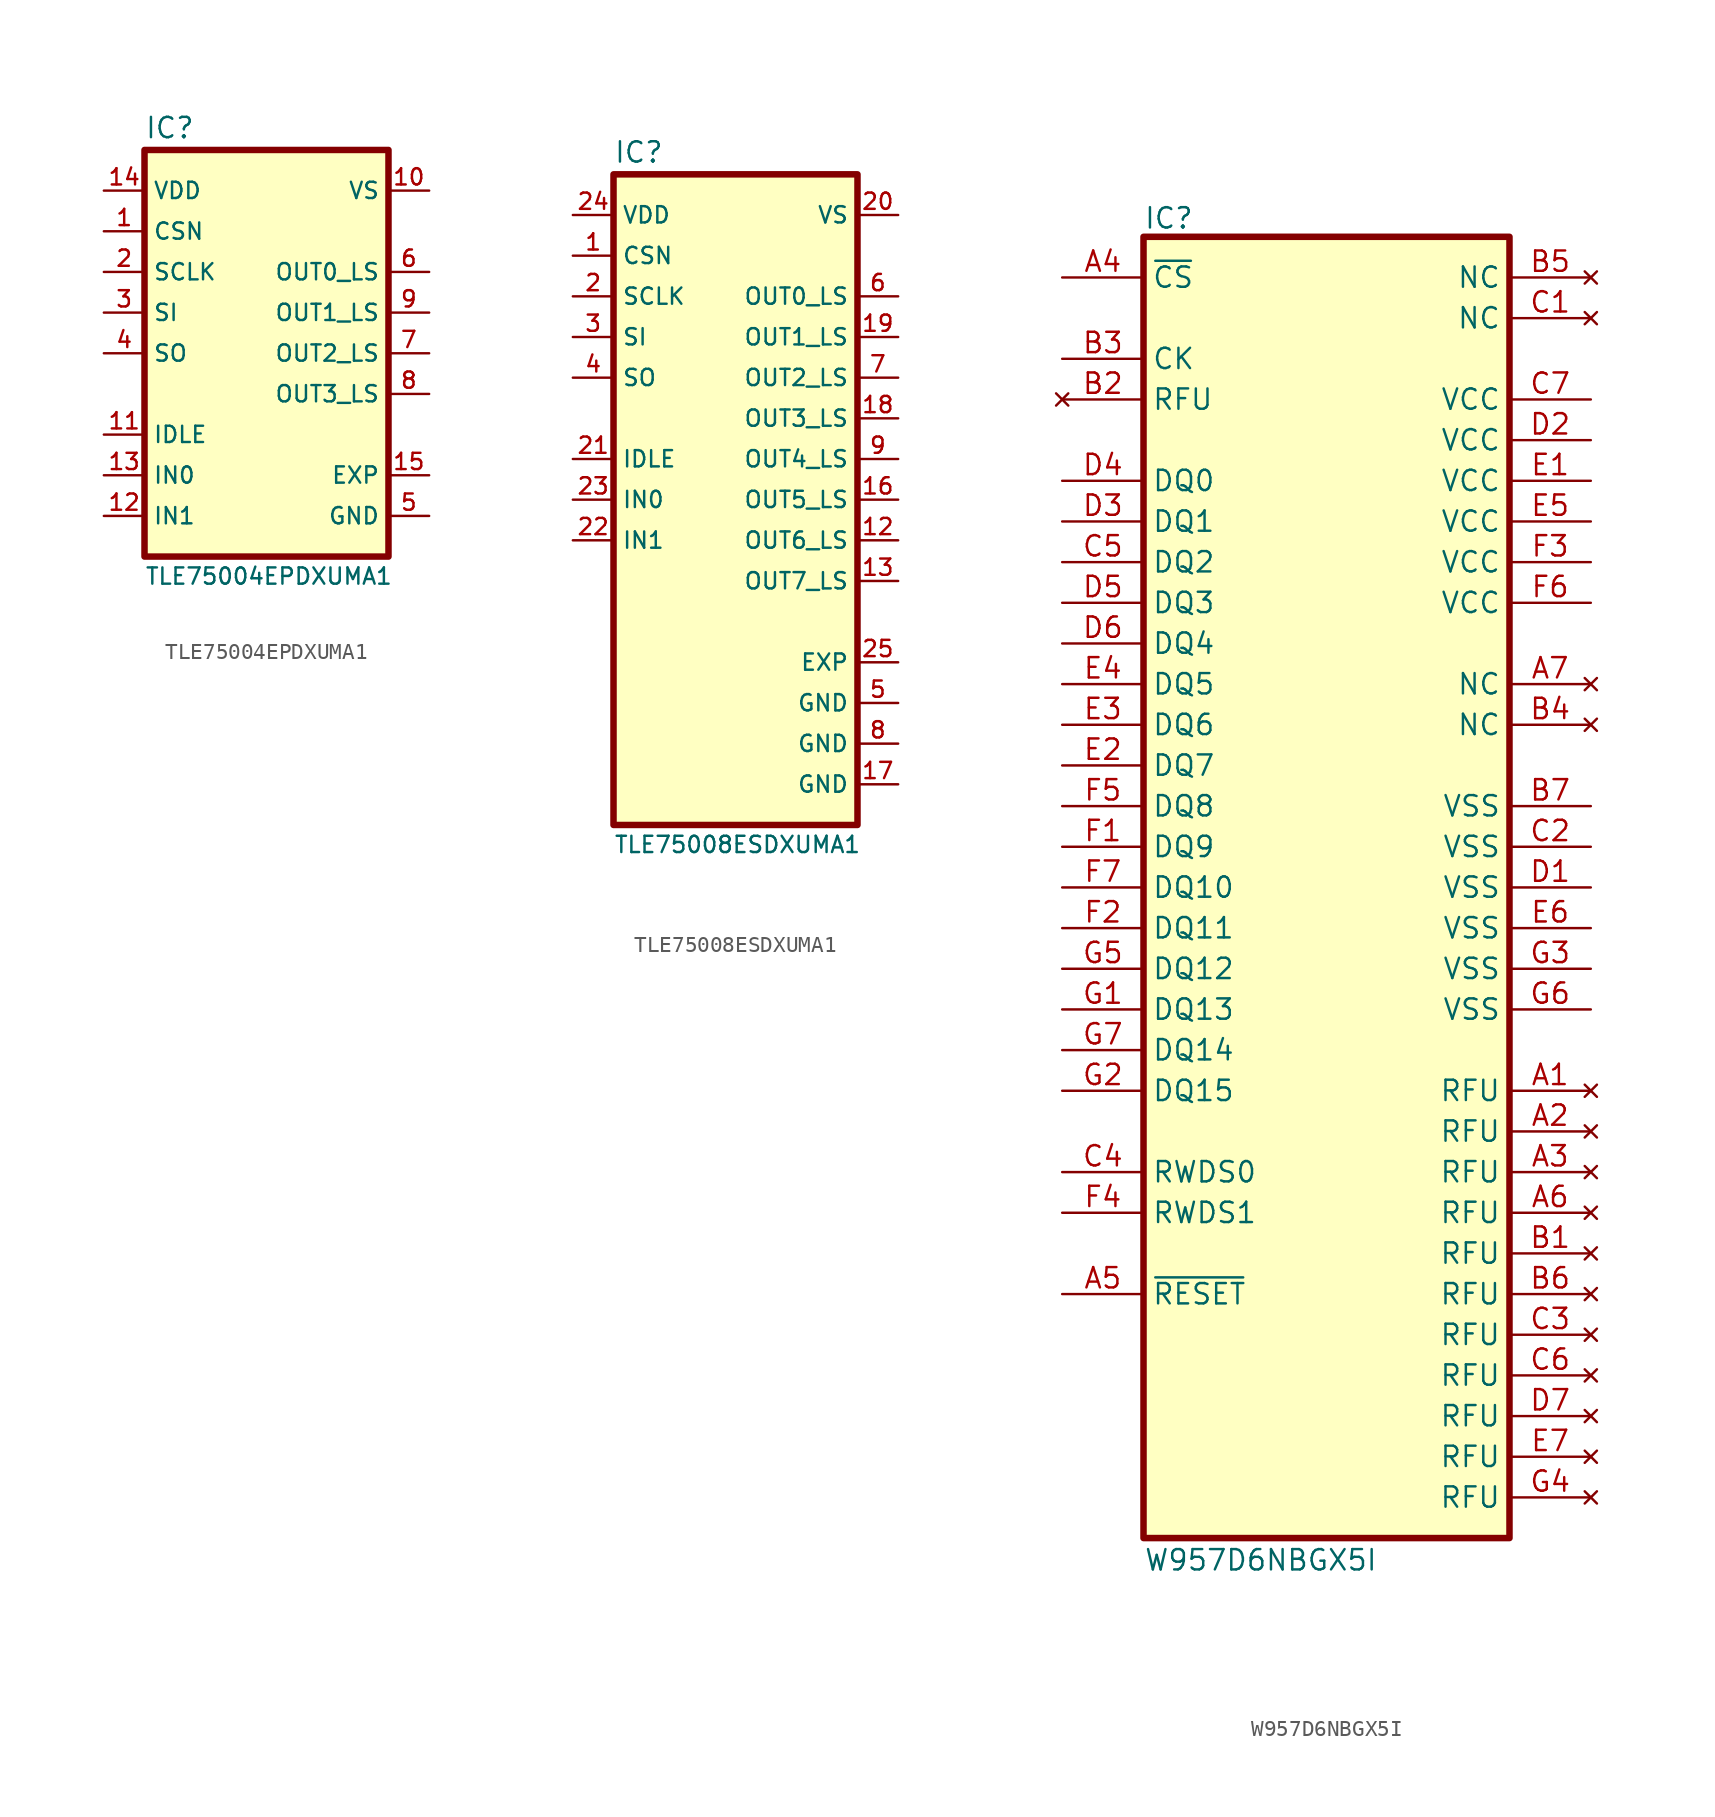
<source format=kicad_sym>
(kicad_symbol_lib
  (version 20241209)
  (generator "kicad_symbol_editor")
  (generator_version "9.0")
  (symbol "TLE75004EPDXUMA1"
    (property "Reference" "IC"
      (at 2.54 3.175 0)
      (do_not_autoplace)
      (effects (font (size 1.27 1.27)) (justify left bottom)))
    (property "Value" "TLE75004EPDXUMA1"
      (at 2.54 -23.495 0)
      (do_not_autoplace)
      (effects (font (size 1.016 1.016)) (justify left top)))
    (symbol "TLE75004EPDXUMA1_1_0"
      (rectangle (start 2.54 2.54) (end 17.78 -22.86) (stroke (width 0.406) (type solid)) (fill (type color) (color 255 255 194 1)))
      (pin power_in line (at 0 0 0) (length 2.54) (name "VDD" (effects (font (size 1.016 1.016)))) (number "14" (effects (font (size 1.016 1.016)))))
      (pin input line (at 0 -2.54 0) (length 2.54) (name "CSN" (effects (font (size 1.016 1.016)))) (number "1" (effects (font (size 1.016 1.016)))))
      (pin input line (at 0 -5.08 0) (length 2.54) (name "SCLK" (effects (font (size 1.016 1.016)))) (number "2" (effects (font (size 1.016 1.016)))))
      (pin input line (at 0 -7.62 0) (length 2.54) (name "SI" (effects (font (size 1.016 1.016)))) (number "3" (effects (font (size 1.016 1.016)))))
      (pin output line (at 0 -10.16 0) (length 2.54) (name "SO" (effects (font (size 1.016 1.016)))) (number "4" (effects (font (size 1.016 1.016)))))
      (pin input line (at 0 -15.24 0) (length 2.54) (name "IDLE" (effects (font (size 1.016 1.016)))) (number "11" (effects (font (size 1.016 1.016)))))
      (pin input line (at 0 -17.78 0) (length 2.54) (name "IN0" (effects (font (size 1.016 1.016)))) (number "13" (effects (font (size 1.016 1.016)))))
      (pin input line (at 0 -20.32 0) (length 2.54) (name "IN1" (effects (font (size 1.016 1.016)))) (number "12" (effects (font (size 1.016 1.016)))))
      (pin power_in line (at 20.32 0 180) (length 2.54) (name "VS" (effects (font (size 1.016 1.016)))) (number "10" (effects (font (size 1.016 1.016)))))
      (pin output line (at 20.32 -5.08 180) (length 2.54) (name "OUT0_LS" (effects (font (size 1.016 1.016)))) (number "6" (effects (font (size 1.016 1.016)))))
      (pin output line (at 20.32 -7.62 180) (length 2.54) (name "OUT1_LS" (effects (font (size 1.016 1.016)))) (number "9" (effects (font (size 1.016 1.016)))))
      (pin output line (at 20.32 -10.16 180) (length 2.54) (name "OUT2_LS" (effects (font (size 1.016 1.016)))) (number "7" (effects (font (size 1.016 1.016)))))
      (pin output line (at 20.32 -12.7 180) (length 2.54) (name "OUT3_LS" (effects (font (size 1.016 1.016)))) (number "8" (effects (font (size 1.016 1.016)))))
      (pin power_in line (at 20.32 -17.78 180) (length 2.54) (name "EXP" (effects (font (size 1.016 1.016)))) (number "15" (effects (font (size 1.016 1.016)))))
      (pin power_in line (at 20.32 -20.32 180) (length 2.54) (name "GND" (effects (font (size 1.016 1.016)))) (number "5" (effects (font (size 1.016 1.016)))))))
  (symbol "TLE75008ESDXUMA1"
    (property "Reference" "IC"
      (at 2.54 3.175 0)
      (do_not_autoplace)
      (effects (font (size 1.27 1.27)) (justify left bottom)))
    (property "Value" "TLE75008ESDXUMA1"
      (at 2.54 -38.735 0)
      (do_not_autoplace)
      (effects (font (size 1.016 1.016)) (justify left top)))
    (symbol "TLE75008ESDXUMA1_1_0"
      (rectangle (start 2.54 2.54) (end 17.78 -38.1) (stroke (width 0.406) (type solid)) (fill (type color) (color 255 255 194 1)))
      (pin power_in line (at 0 0 0) (length 2.54) (name "VDD" (effects (font (size 1.016 1.016)))) (number "24" (effects (font (size 1.016 1.016)))))
      (pin input line (at 0 -2.54 0) (length 2.54) (name "CSN" (effects (font (size 1.016 1.016)))) (number "1" (effects (font (size 1.016 1.016)))))
      (pin input line (at 0 -5.08 0) (length 2.54) (name "SCLK" (effects (font (size 1.016 1.016)))) (number "2" (effects (font (size 1.016 1.016)))))
      (pin input line (at 0 -7.62 0) (length 2.54) (name "SI" (effects (font (size 1.016 1.016)))) (number "3" (effects (font (size 1.016 1.016)))))
      (pin output line (at 0 -10.16 0) (length 2.54) (name "SO" (effects (font (size 1.016 1.016)))) (number "4" (effects (font (size 1.016 1.016)))))
      (pin input line (at 0 -15.24 0) (length 2.54) (name "IDLE" (effects (font (size 1.016 1.016)))) (number "21" (effects (font (size 1.016 1.016)))))
      (pin input line (at 0 -17.78 0) (length 2.54) (name "IN0" (effects (font (size 1.016 1.016)))) (number "23" (effects (font (size 1.016 1.016)))))
      (pin input line (at 0 -20.32 0) (length 2.54) (name "IN1" (effects (font (size 1.016 1.016)))) (number "22" (effects (font (size 1.016 1.016)))))
      (pin no_connect line (at 2.54 -25.4 0) (length 0) (hide yes) (name "NC" (effects (font (size 1.016 1.016)))) (number "10" (effects (font (size 1.016 1.016)))))
      (pin no_connect line (at 2.54 -27.94 0) (length 0) (hide yes) (name "NC" (effects (font (size 1.016 1.016)))) (number "11" (effects (font (size 1.016 1.016)))))
      (pin no_connect line (at 2.54 -30.48 0) (length 0) (hide yes) (name "NC" (effects (font (size 1.016 1.016)))) (number "14" (effects (font (size 1.016 1.016)))))
      (pin no_connect line (at 2.54 -33.02 0) (length 0) (hide yes) (name "NC" (effects (font (size 1.016 1.016)))) (number "15" (effects (font (size 1.016 1.016)))))
      (pin power_in line (at 20.32 0 180) (length 2.54) (name "VS" (effects (font (size 1.016 1.016)))) (number "20" (effects (font (size 1.016 1.016)))))
      (pin output line (at 20.32 -5.08 180) (length 2.54) (name "OUT0_LS" (effects (font (size 1.016 1.016)))) (number "6" (effects (font (size 1.016 1.016)))))
      (pin output line (at 20.32 -7.62 180) (length 2.54) (name "OUT1_LS" (effects (font (size 1.016 1.016)))) (number "19" (effects (font (size 1.016 1.016)))))
      (pin output line (at 20.32 -10.16 180) (length 2.54) (name "OUT2_LS" (effects (font (size 1.016 1.016)))) (number "7" (effects (font (size 1.016 1.016)))))
      (pin output line (at 20.32 -12.7 180) (length 2.54) (name "OUT3_LS" (effects (font (size 1.016 1.016)))) (number "18" (effects (font (size 1.016 1.016)))))
      (pin output line (at 20.32 -15.24 180) (length 2.54) (name "OUT4_LS" (effects (font (size 1.016 1.016)))) (number "9" (effects (font (size 1.016 1.016)))))
      (pin output line (at 20.32 -17.78 180) (length 2.54) (name "OUT5_LS" (effects (font (size 1.016 1.016)))) (number "16" (effects (font (size 1.016 1.016)))))
      (pin output line (at 20.32 -20.32 180) (length 2.54) (name "OUT6_LS" (effects (font (size 1.016 1.016)))) (number "12" (effects (font (size 1.016 1.016)))))
      (pin output line (at 20.32 -22.86 180) (length 2.54) (name "OUT7_LS" (effects (font (size 1.016 1.016)))) (number "13" (effects (font (size 1.016 1.016)))))
      (pin power_in line (at 20.32 -27.94 180) (length 2.54) (name "EXP" (effects (font (size 1.016 1.016)))) (number "25" (effects (font (size 1.016 1.016)))))
      (pin power_in line (at 20.32 -30.48 180) (length 2.54) (name "GND" (effects (font (size 1.016 1.016)))) (number "5" (effects (font (size 1.016 1.016)))))
      (pin power_in line (at 20.32 -33.02 180) (length 2.54) (name "GND" (effects (font (size 1.016 1.016)))) (number "8" (effects (font (size 1.016 1.016)))))
      (pin power_in line (at 20.32 -35.56 180) (length 2.54) (name "GND" (effects (font (size 1.016 1.016)))) (number "17" (effects (font (size 1.016 1.016)))))))
  (symbol "W957D6NBGX5I"
    (property "Reference" "IC"
      (at 5.08 4.445 0)
      (effects (font (size 1.27 1.27)) (justify left top)))
    (property "Value" "W957D6NBGX5I"
      (at 5.08 -79.375 0)
      (effects (font (size 1.27 1.27)) (justify left top)))
    (symbol "W957D6NBGX5I_1_1"
      (rectangle (start 5.08 2.54) (end 27.94 -78.74) (stroke (width 0.406) (type default)) (fill (type background)))
      (pin passive line (at 0 0 0) (length 5.08) (name "~{CS}" (effects (font (size 1.27 1.27)))) (number "A4" (effects (font (size 1.27 1.27)))))
      (pin passive line (at 0 -5.08 0) (length 5.08) (name "CK" (effects (font (size 1.27 1.27)))) (number "B3" (effects (font (size 1.27 1.27)))))
      (pin no_connect line (at 0 -7.62 0) (length 5.08) (name "RFU" (effects (font (size 1.27 1.27)))) (number "B2" (effects (font (size 1.27 1.27)))))
      (pin passive line (at 0 -12.7 0) (length 5.08) (name "DQ0" (effects (font (size 1.27 1.27)))) (number "D4" (effects (font (size 1.27 1.27)))))
      (pin passive line (at 0 -15.24 0) (length 5.08) (name "DQ1" (effects (font (size 1.27 1.27)))) (number "D3" (effects (font (size 1.27 1.27)))))
      (pin passive line (at 0 -17.78 0) (length 5.08) (name "DQ2" (effects (font (size 1.27 1.27)))) (number "C5" (effects (font (size 1.27 1.27)))))
      (pin passive line (at 0 -20.32 0) (length 5.08) (name "DQ3" (effects (font (size 1.27 1.27)))) (number "D5" (effects (font (size 1.27 1.27)))))
      (pin passive line (at 0 -22.86 0) (length 5.08) (name "DQ4" (effects (font (size 1.27 1.27)))) (number "D6" (effects (font (size 1.27 1.27)))))
      (pin passive line (at 0 -25.4 0) (length 5.08) (name "DQ5" (effects (font (size 1.27 1.27)))) (number "E4" (effects (font (size 1.27 1.27)))))
      (pin passive line (at 0 -27.94 0) (length 5.08) (name "DQ6" (effects (font (size 1.27 1.27)))) (number "E3" (effects (font (size 1.27 1.27)))))
      (pin passive line (at 0 -30.48 0) (length 5.08) (name "DQ7" (effects (font (size 1.27 1.27)))) (number "E2" (effects (font (size 1.27 1.27)))))
      (pin passive line (at 0 -33.02 0) (length 5.08) (name "DQ8" (effects (font (size 1.27 1.27)))) (number "F5" (effects (font (size 1.27 1.27)))))
      (pin passive line (at 0 -35.56 0) (length 5.08) (name "DQ9" (effects (font (size 1.27 1.27)))) (number "F1" (effects (font (size 1.27 1.27)))))
      (pin passive line (at 0 -38.1 0) (length 5.08) (name "DQ10" (effects (font (size 1.27 1.27)))) (number "F7" (effects (font (size 1.27 1.27)))))
      (pin passive line (at 0 -40.64 0) (length 5.08) (name "DQ11" (effects (font (size 1.27 1.27)))) (number "F2" (effects (font (size 1.27 1.27)))))
      (pin passive line (at 0 -43.18 0) (length 5.08) (name "DQ12" (effects (font (size 1.27 1.27)))) (number "G5" (effects (font (size 1.27 1.27)))))
      (pin passive line (at 0 -45.72 0) (length 5.08) (name "DQ13" (effects (font (size 1.27 1.27)))) (number "G1" (effects (font (size 1.27 1.27)))))
      (pin passive line (at 0 -48.26 0) (length 5.08) (name "DQ14" (effects (font (size 1.27 1.27)))) (number "G7" (effects (font (size 1.27 1.27)))))
      (pin passive line (at 0 -50.8 0) (length 5.08) (name "DQ15" (effects (font (size 1.27 1.27)))) (number "G2" (effects (font (size 1.27 1.27)))))
      (pin passive line (at 0 -55.88 0) (length 5.08) (name "RWDS0" (effects (font (size 1.27 1.27)))) (number "C4" (effects (font (size 1.27 1.27)))))
      (pin passive line (at 0 -58.42 0) (length 5.08) (name "RWDS1" (effects (font (size 1.27 1.27)))) (number "F4" (effects (font (size 1.27 1.27)))))
      (pin input line (at 0 -63.5 0) (length 5.08) (name "~{RESET}" (effects (font (size 1.27 1.27)))) (number "A5" (effects (font (size 1.27 1.27)))))
      (pin no_connect line (at 33.02 0 180) (length 5.08) (name "NC" (effects (font (size 1.27 1.27)))) (number "B5" (effects (font (size 1.27 1.27)))))
      (pin no_connect line (at 33.02 -2.54 180) (length 5.08) (name "NC" (effects (font (size 1.27 1.27)))) (number "C1" (effects (font (size 1.27 1.27)))))
      (pin passive line (at 33.02 -7.62 180) (length 5.08) (name "VCC" (effects (font (size 1.27 1.27)))) (number "C7" (effects (font (size 1.27 1.27)))))
      (pin passive line (at 33.02 -10.16 180) (length 5.08) (name "VCC" (effects (font (size 1.27 1.27)))) (number "D2" (effects (font (size 1.27 1.27)))))
      (pin passive line (at 33.02 -12.7 180) (length 5.08) (name "VCC" (effects (font (size 1.27 1.27)))) (number "E1" (effects (font (size 1.27 1.27)))))
      (pin passive line (at 33.02 -15.24 180) (length 5.08) (name "VCC" (effects (font (size 1.27 1.27)))) (number "E5" (effects (font (size 1.27 1.27)))))
      (pin passive line (at 33.02 -17.78 180) (length 5.08) (name "VCC" (effects (font (size 1.27 1.27)))) (number "F3" (effects (font (size 1.27 1.27)))))
      (pin passive line (at 33.02 -20.32 180) (length 5.08) (name "VCC" (effects (font (size 1.27 1.27)))) (number "F6" (effects (font (size 1.27 1.27)))))
      (pin no_connect line (at 33.02 -25.4 180) (length 5.08) (name "NC" (effects (font (size 1.27 1.27)))) (number "A7" (effects (font (size 1.27 1.27)))))
      (pin no_connect line (at 33.02 -27.94 180) (length 5.08) (name "NC" (effects (font (size 1.27 1.27)))) (number "B4" (effects (font (size 1.27 1.27)))))
      (pin passive line (at 33.02 -33.02 180) (length 5.08) (name "VSS" (effects (font (size 1.27 1.27)))) (number "B7" (effects (font (size 1.27 1.27)))))
      (pin passive line (at 33.02 -35.56 180) (length 5.08) (name "VSS" (effects (font (size 1.27 1.27)))) (number "C2" (effects (font (size 1.27 1.27)))))
      (pin passive line (at 33.02 -38.1 180) (length 5.08) (name "VSS" (effects (font (size 1.27 1.27)))) (number "D1" (effects (font (size 1.27 1.27)))))
      (pin passive line (at 33.02 -40.64 180) (length 5.08) (name "VSS" (effects (font (size 1.27 1.27)))) (number "E6" (effects (font (size 1.27 1.27)))))
      (pin passive line (at 33.02 -43.18 180) (length 5.08) (name "VSS" (effects (font (size 1.27 1.27)))) (number "G3" (effects (font (size 1.27 1.27)))))
      (pin passive line (at 33.02 -45.72 180) (length 5.08) (name "VSS" (effects (font (size 1.27 1.27)))) (number "G6" (effects (font (size 1.27 1.27)))))
      (pin no_connect line (at 33.02 -50.8 180) (length 5.08) (name "RFU" (effects (font (size 1.27 1.27)))) (number "A1" (effects (font (size 1.27 1.27)))))
      (pin no_connect line (at 33.02 -53.34 180) (length 5.08) (name "RFU" (effects (font (size 1.27 1.27)))) (number "A2" (effects (font (size 1.27 1.27)))))
      (pin no_connect line (at 33.02 -55.88 180) (length 5.08) (name "RFU" (effects (font (size 1.27 1.27)))) (number "A3" (effects (font (size 1.27 1.27)))))
      (pin no_connect line (at 33.02 -58.42 180) (length 5.08) (name "RFU" (effects (font (size 1.27 1.27)))) (number "A6" (effects (font (size 1.27 1.27)))))
      (pin no_connect line (at 33.02 -60.96 180) (length 5.08) (name "RFU" (effects (font (size 1.27 1.27)))) (number "B1" (effects (font (size 1.27 1.27)))))
      (pin no_connect line (at 33.02 -63.5 180) (length 5.08) (name "RFU" (effects (font (size 1.27 1.27)))) (number "B6" (effects (font (size 1.27 1.27)))))
      (pin no_connect line (at 33.02 -66.04 180) (length 5.08) (name "RFU" (effects (font (size 1.27 1.27)))) (number "C3" (effects (font (size 1.27 1.27)))))
      (pin no_connect line (at 33.02 -68.58 180) (length 5.08) (name "RFU" (effects (font (size 1.27 1.27)))) (number "C6" (effects (font (size 1.27 1.27)))))
      (pin no_connect line (at 33.02 -71.12 180) (length 5.08) (name "RFU" (effects (font (size 1.27 1.27)))) (number "D7" (effects (font (size 1.27 1.27)))))
      (pin no_connect line (at 33.02 -73.66 180) (length 5.08) (name "RFU" (effects (font (size 1.27 1.27)))) (number "E7" (effects (font (size 1.27 1.27)))))
      (pin no_connect line (at 33.02 -76.2 180) (length 5.08) (name "RFU" (effects (font (size 1.27 1.27)))) (number "G4" (effects (font (size 1.27 1.27))))))))
</source>
